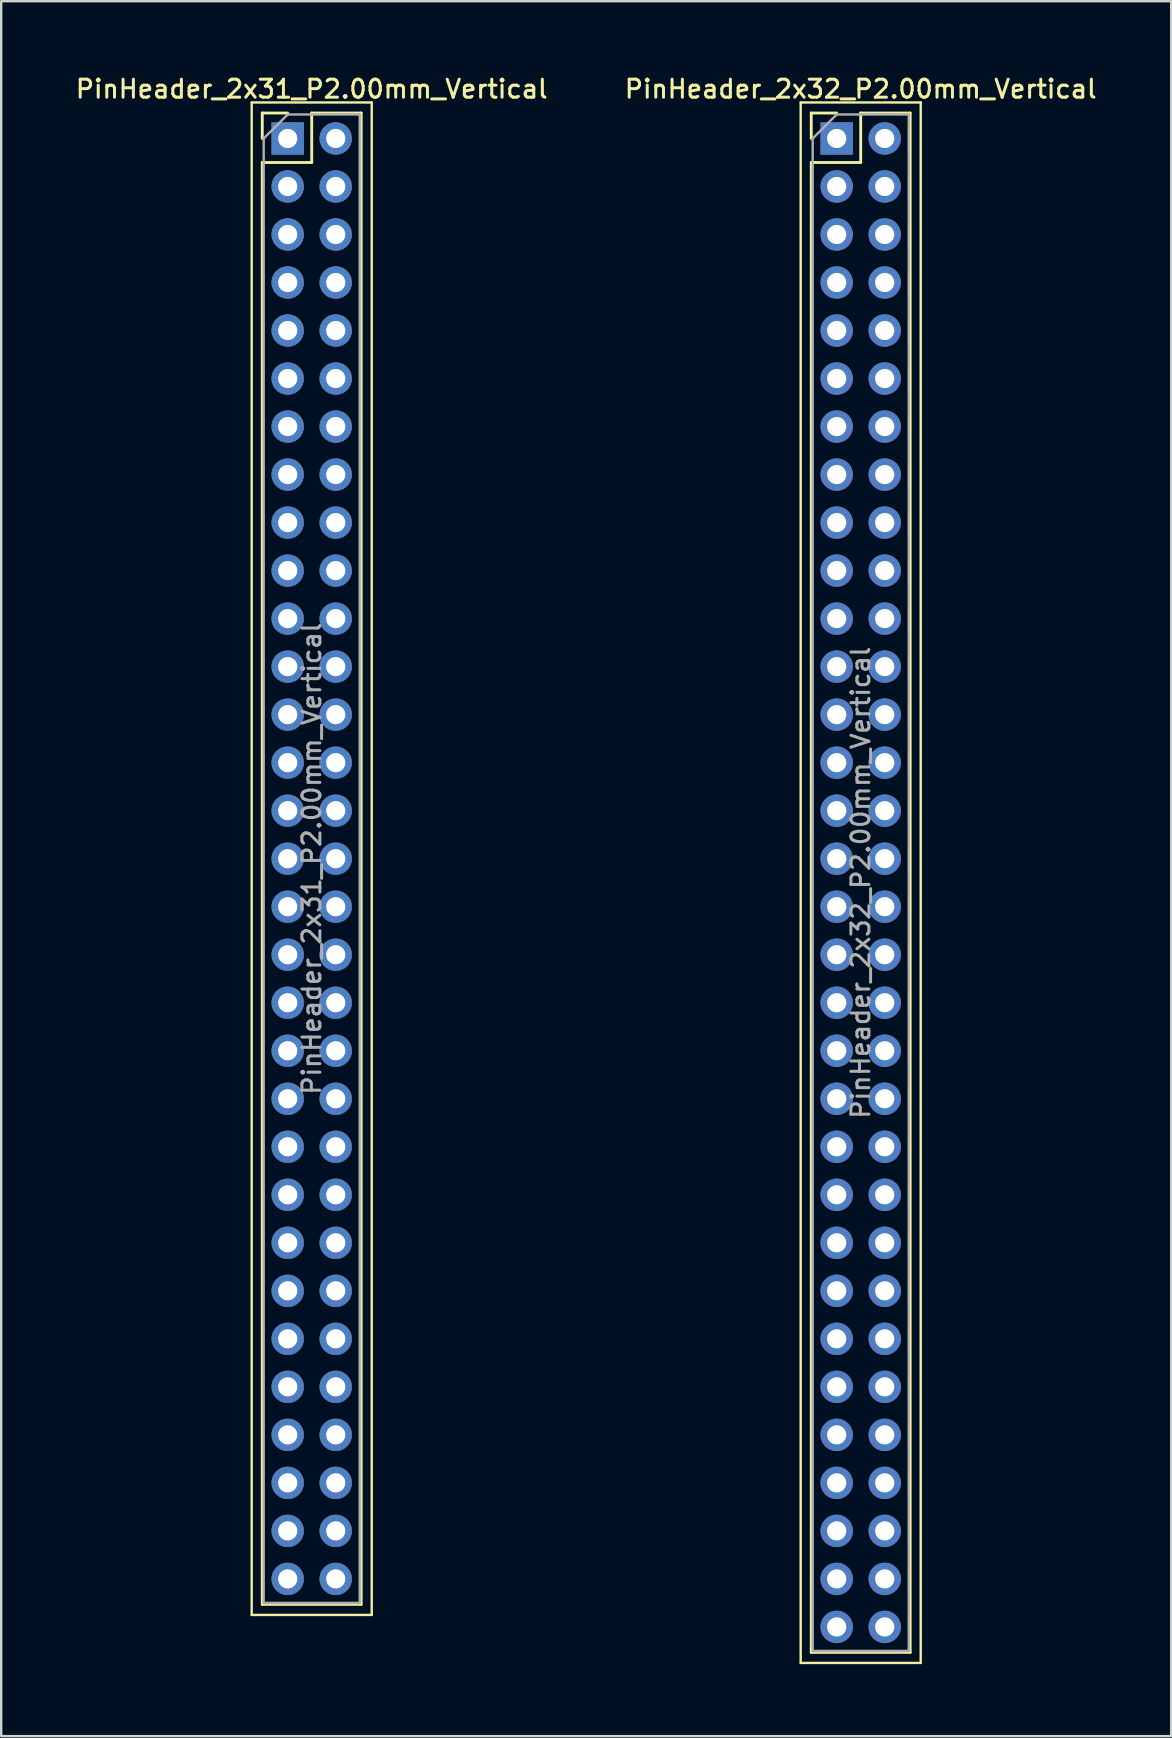
<source format=kicad_pcb>
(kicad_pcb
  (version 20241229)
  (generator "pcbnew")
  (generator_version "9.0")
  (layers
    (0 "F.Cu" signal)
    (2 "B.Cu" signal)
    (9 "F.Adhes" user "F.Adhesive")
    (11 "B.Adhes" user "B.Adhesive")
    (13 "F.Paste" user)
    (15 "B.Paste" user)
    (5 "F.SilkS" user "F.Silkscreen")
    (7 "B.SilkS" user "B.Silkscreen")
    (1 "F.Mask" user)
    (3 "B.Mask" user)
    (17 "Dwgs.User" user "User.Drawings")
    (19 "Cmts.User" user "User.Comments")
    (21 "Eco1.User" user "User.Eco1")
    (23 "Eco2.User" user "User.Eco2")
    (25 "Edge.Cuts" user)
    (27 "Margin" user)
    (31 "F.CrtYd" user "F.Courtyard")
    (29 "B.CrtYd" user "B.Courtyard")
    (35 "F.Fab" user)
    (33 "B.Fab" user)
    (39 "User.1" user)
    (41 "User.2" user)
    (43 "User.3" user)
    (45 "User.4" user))
  (footprint "PinHeader_2x32_P2.00mm_Vertical"
    (layer "F.Cu")
    (at 31.802 2.718)
    (property "Reference" "PinHeader_2x32_P2.00mm_Vertical" (at 1 -2.06 0) (layer "F.SilkS") (effects (font (size 0.75 0.75) (thickness 0.125))))
    (attr through_hole)
    (fp_line (start -1.5 -1.5) (end -1.5 63.5) (stroke (width 0.1) (type solid)) (layer "F.SilkS"))
    (fp_line (start -1.5 63.5) (end 3.5 63.5) (stroke (width 0.1) (type solid)) (layer "F.SilkS"))
    (fp_line (start -1.06 -1.06) (end 0 -1.06) (stroke (width 0.12) (type solid)) (layer "F.SilkS"))
    (fp_line (start -1.06 0) (end -1.06 -1.06) (stroke (width 0.12) (type solid)) (layer "F.SilkS"))
    (fp_line (start -1.06 1) (end -1.06 63.06) (stroke (width 0.12) (type solid)) (layer "F.SilkS"))
    (fp_line (start -1.06 1) (end 1 1) (stroke (width 0.12) (type solid)) (layer "F.SilkS"))
    (fp_line (start -1.06 63.06) (end 3.06 63.06) (stroke (width 0.12) (type solid)) (layer "F.SilkS"))
    (fp_line (start 1 -1.06) (end 3.06 -1.06) (stroke (width 0.12) (type solid)) (layer "F.SilkS"))
    (fp_line (start 1 1) (end 1 -1.06) (stroke (width 0.12) (type solid)) (layer "F.SilkS"))
    (fp_line (start 3.06 -1.06) (end 3.06 63.06) (stroke (width 0.12) (type solid)) (layer "F.SilkS"))
    (fp_line (start 3.5 -1.5) (end -1.5 -1.5) (stroke (width 0.1) (type solid)) (layer "F.SilkS"))
    (fp_line (start 3.5 63.5) (end 3.5 -1.5) (stroke (width 0.1) (type solid)) (layer "F.SilkS"))
    (fp_line (start -1 0) (end 0 -1) (stroke (width 0.1) (type solid)) (layer "F.Fab"))
    (fp_line (start -1 63) (end -1 0) (stroke (width 0.1) (type solid)) (layer "F.Fab"))
    (fp_line (start 0 -1) (end 3 -1) (stroke (width 0.1) (type solid)) (layer "F.Fab"))
    (fp_line (start 3 -1) (end 3 63) (stroke (width 0.1) (type solid)) (layer "F.Fab"))
    (fp_line (start 3 63) (end -1 63) (stroke (width 0.1) (type solid)) (layer "F.Fab"))
    (fp_text user "${REFERENCE}" (at 1 31 90) (layer "F.Fab") (effects (font (size 0.75 0.75) (thickness 0.125))))
    (pad "1" thru_hole rect (at 0 0) (size 1.35 1.35) (drill 0.8) (layers "*.Cu" "*.Mask"))
    (pad "2" thru_hole oval (at 2 0) (size 1.35 1.35) (drill 0.8) (layers "*.Cu" "*.Mask"))
    (pad "3" thru_hole oval (at 0 2) (size 1.35 1.35) (drill 0.8) (layers "*.Cu" "*.Mask"))
    (pad "4" thru_hole oval (at 2 2) (size 1.35 1.35) (drill 0.8) (layers "*.Cu" "*.Mask"))
    (pad "5" thru_hole oval (at 0 4) (size 1.35 1.35) (drill 0.8) (layers "*.Cu" "*.Mask"))
    (pad "6" thru_hole oval (at 2 4) (size 1.35 1.35) (drill 0.8) (layers "*.Cu" "*.Mask"))
    (pad "7" thru_hole oval (at 0 6) (size 1.35 1.35) (drill 0.8) (layers "*.Cu" "*.Mask"))
    (pad "8" thru_hole oval (at 2 6) (size 1.35 1.35) (drill 0.8) (layers "*.Cu" "*.Mask"))
    (pad "9" thru_hole oval (at 0 8) (size 1.35 1.35) (drill 0.8) (layers "*.Cu" "*.Mask"))
    (pad "10" thru_hole oval (at 2 8) (size 1.35 1.35) (drill 0.8) (layers "*.Cu" "*.Mask"))
    (pad "11" thru_hole oval (at 0 10) (size 1.35 1.35) (drill 0.8) (layers "*.Cu" "*.Mask"))
    (pad "12" thru_hole oval (at 2 10) (size 1.35 1.35) (drill 0.8) (layers "*.Cu" "*.Mask"))
    (pad "13" thru_hole oval (at 0 12) (size 1.35 1.35) (drill 0.8) (layers "*.Cu" "*.Mask"))
    (pad "14" thru_hole oval (at 2 12) (size 1.35 1.35) (drill 0.8) (layers "*.Cu" "*.Mask"))
    (pad "15" thru_hole oval (at 0 14) (size 1.35 1.35) (drill 0.8) (layers "*.Cu" "*.Mask"))
    (pad "16" thru_hole oval (at 2 14) (size 1.35 1.35) (drill 0.8) (layers "*.Cu" "*.Mask"))
    (pad "17" thru_hole oval (at 0 16) (size 1.35 1.35) (drill 0.8) (layers "*.Cu" "*.Mask"))
    (pad "18" thru_hole oval (at 2 16) (size 1.35 1.35) (drill 0.8) (layers "*.Cu" "*.Mask"))
    (pad "19" thru_hole oval (at 0 18) (size 1.35 1.35) (drill 0.8) (layers "*.Cu" "*.Mask"))
    (pad "20" thru_hole oval (at 2 18) (size 1.35 1.35) (drill 0.8) (layers "*.Cu" "*.Mask"))
    (pad "21" thru_hole oval (at 0 20) (size 1.35 1.35) (drill 0.8) (layers "*.Cu" "*.Mask"))
    (pad "22" thru_hole oval (at 2 20) (size 1.35 1.35) (drill 0.8) (layers "*.Cu" "*.Mask"))
    (pad "23" thru_hole oval (at 0 22) (size 1.35 1.35) (drill 0.8) (layers "*.Cu" "*.Mask"))
    (pad "24" thru_hole oval (at 2 22) (size 1.35 1.35) (drill 0.8) (layers "*.Cu" "*.Mask"))
    (pad "25" thru_hole oval (at 0 24) (size 1.35 1.35) (drill 0.8) (layers "*.Cu" "*.Mask"))
    (pad "26" thru_hole oval (at 2 24) (size 1.35 1.35) (drill 0.8) (layers "*.Cu" "*.Mask"))
    (pad "27" thru_hole oval (at 0 26) (size 1.35 1.35) (drill 0.8) (layers "*.Cu" "*.Mask"))
    (pad "28" thru_hole oval (at 2 26) (size 1.35 1.35) (drill 0.8) (layers "*.Cu" "*.Mask"))
    (pad "29" thru_hole oval (at 0 28) (size 1.35 1.35) (drill 0.8) (layers "*.Cu" "*.Mask"))
    (pad "30" thru_hole oval (at 2 28) (size 1.35 1.35) (drill 0.8) (layers "*.Cu" "*.Mask"))
    (pad "31" thru_hole oval (at 0 30) (size 1.35 1.35) (drill 0.8) (layers "*.Cu" "*.Mask"))
    (pad "32" thru_hole oval (at 2 30) (size 1.35 1.35) (drill 0.8) (layers "*.Cu" "*.Mask"))
    (pad "33" thru_hole oval (at 0 32) (size 1.35 1.35) (drill 0.8) (layers "*.Cu" "*.Mask"))
    (pad "34" thru_hole oval (at 2 32) (size 1.35 1.35) (drill 0.8) (layers "*.Cu" "*.Mask"))
    (pad "35" thru_hole oval (at 0 34) (size 1.35 1.35) (drill 0.8) (layers "*.Cu" "*.Mask"))
    (pad "36" thru_hole oval (at 2 34) (size 1.35 1.35) (drill 0.8) (layers "*.Cu" "*.Mask"))
    (pad "37" thru_hole oval (at 0 36) (size 1.35 1.35) (drill 0.8) (layers "*.Cu" "*.Mask"))
    (pad "38" thru_hole oval (at 2 36) (size 1.35 1.35) (drill 0.8) (layers "*.Cu" "*.Mask"))
    (pad "39" thru_hole oval (at 0 38) (size 1.35 1.35) (drill 0.8) (layers "*.Cu" "*.Mask"))
    (pad "40" thru_hole oval (at 2 38) (size 1.35 1.35) (drill 0.8) (layers "*.Cu" "*.Mask"))
    (pad "41" thru_hole oval (at 0 40) (size 1.35 1.35) (drill 0.8) (layers "*.Cu" "*.Mask"))
    (pad "42" thru_hole oval (at 2 40) (size 1.35 1.35) (drill 0.8) (layers "*.Cu" "*.Mask"))
    (pad "43" thru_hole oval (at 0 42) (size 1.35 1.35) (drill 0.8) (layers "*.Cu" "*.Mask"))
    (pad "44" thru_hole oval (at 2 42) (size 1.35 1.35) (drill 0.8) (layers "*.Cu" "*.Mask"))
    (pad "45" thru_hole oval (at 0 44) (size 1.35 1.35) (drill 0.8) (layers "*.Cu" "*.Mask"))
    (pad "46" thru_hole oval (at 2 44) (size 1.35 1.35) (drill 0.8) (layers "*.Cu" "*.Mask"))
    (pad "47" thru_hole oval (at 0 46) (size 1.35 1.35) (drill 0.8) (layers "*.Cu" "*.Mask"))
    (pad "48" thru_hole oval (at 2 46) (size 1.35 1.35) (drill 0.8) (layers "*.Cu" "*.Mask"))
    (pad "49" thru_hole oval (at 0 48) (size 1.35 1.35) (drill 0.8) (layers "*.Cu" "*.Mask"))
    (pad "50" thru_hole oval (at 2 48) (size 1.35 1.35) (drill 0.8) (layers "*.Cu" "*.Mask"))
    (pad "51" thru_hole oval (at 0 50) (size 1.35 1.35) (drill 0.8) (layers "*.Cu" "*.Mask"))
    (pad "52" thru_hole oval (at 2 50) (size 1.35 1.35) (drill 0.8) (layers "*.Cu" "*.Mask"))
    (pad "53" thru_hole oval (at 0 52) (size 1.35 1.35) (drill 0.8) (layers "*.Cu" "*.Mask"))
    (pad "54" thru_hole oval (at 2 52) (size 1.35 1.35) (drill 0.8) (layers "*.Cu" "*.Mask"))
    (pad "55" thru_hole oval (at 0 54) (size 1.35 1.35) (drill 0.8) (layers "*.Cu" "*.Mask"))
    (pad "56" thru_hole oval (at 2 54) (size 1.35 1.35) (drill 0.8) (layers "*.Cu" "*.Mask"))
    (pad "57" thru_hole oval (at 0 56) (size 1.35 1.35) (drill 0.8) (layers "*.Cu" "*.Mask"))
    (pad "58" thru_hole oval (at 2 56) (size 1.35 1.35) (drill 0.8) (layers "*.Cu" "*.Mask"))
    (pad "59" thru_hole oval (at 0 58) (size 1.35 1.35) (drill 0.8) (layers "*.Cu" "*.Mask"))
    (pad "60" thru_hole oval (at 2 58) (size 1.35 1.35) (drill 0.8) (layers "*.Cu" "*.Mask"))
    (pad "61" thru_hole oval (at 0 60) (size 1.35 1.35) (drill 0.8) (layers "*.Cu" "*.Mask"))
    (pad "62" thru_hole oval (at 2 60) (size 1.35 1.35) (drill 0.8) (layers "*.Cu" "*.Mask"))
    (pad "63" thru_hole oval (at 0 62) (size 1.35 1.35) (drill 0.8) (layers "*.Cu" "*.Mask"))
    (pad "64" thru_hole oval (at 2 62) (size 1.35 1.35) (drill 0.8) (layers "*.Cu" "*.Mask")))
  (footprint "PinHeader_2x31_P2.00mm_Vertical"
    (layer "F.Cu")
    (at 8.934 2.718)
    (property "Reference" "PinHeader_2x31_P2.00mm_Vertical" (at 1 -2.06 0) (layer "F.SilkS") (effects (font (size 0.75 0.75) (thickness 0.125))))
    (attr through_hole)
    (fp_line (start -1.5 -1.5) (end -1.5 61.5) (stroke (width 0.1) (type solid)) (layer "F.SilkS"))
    (fp_line (start -1.5 61.5) (end 3.5 61.5) (stroke (width 0.1) (type solid)) (layer "F.SilkS"))
    (fp_line (start -1.06 -1.06) (end 0 -1.06) (stroke (width 0.12) (type solid)) (layer "F.SilkS"))
    (fp_line (start -1.06 0) (end -1.06 -1.06) (stroke (width 0.12) (type solid)) (layer "F.SilkS"))
    (fp_line (start -1.06 1) (end -1.06 61.06) (stroke (width 0.12) (type solid)) (layer "F.SilkS"))
    (fp_line (start -1.06 1) (end 1 1) (stroke (width 0.12) (type solid)) (layer "F.SilkS"))
    (fp_line (start -1.06 61.06) (end 3.06 61.06) (stroke (width 0.12) (type solid)) (layer "F.SilkS"))
    (fp_line (start 1 -1.06) (end 3.06 -1.06) (stroke (width 0.12) (type solid)) (layer "F.SilkS"))
    (fp_line (start 1 1) (end 1 -1.06) (stroke (width 0.12) (type solid)) (layer "F.SilkS"))
    (fp_line (start 3.06 -1.06) (end 3.06 61.06) (stroke (width 0.12) (type solid)) (layer "F.SilkS"))
    (fp_line (start 3.5 -1.5) (end -1.5 -1.5) (stroke (width 0.1) (type solid)) (layer "F.SilkS"))
    (fp_line (start 3.5 61.5) (end 3.5 -1.5) (stroke (width 0.1) (type solid)) (layer "F.SilkS"))
    (fp_line (start -1 0) (end 0 -1) (stroke (width 0.1) (type solid)) (layer "F.Fab"))
    (fp_line (start -1 61) (end -1 0) (stroke (width 0.1) (type solid)) (layer "F.Fab"))
    (fp_line (start 0 -1) (end 3 -1) (stroke (width 0.1) (type solid)) (layer "F.Fab"))
    (fp_line (start 3 -1) (end 3 61) (stroke (width 0.1) (type solid)) (layer "F.Fab"))
    (fp_line (start 3 61) (end -1 61) (stroke (width 0.1) (type solid)) (layer "F.Fab"))
    (fp_text user "${REFERENCE}" (at 1 30 90) (layer "F.Fab") (effects (font (size 0.75 0.75) (thickness 0.125))))
    (pad "1" thru_hole rect (at 0 0) (size 1.35 1.35) (drill 0.8) (layers "*.Cu" "*.Mask"))
    (pad "2" thru_hole oval (at 2 0) (size 1.35 1.35) (drill 0.8) (layers "*.Cu" "*.Mask"))
    (pad "3" thru_hole oval (at 0 2) (size 1.35 1.35) (drill 0.8) (layers "*.Cu" "*.Mask"))
    (pad "4" thru_hole oval (at 2 2) (size 1.35 1.35) (drill 0.8) (layers "*.Cu" "*.Mask"))
    (pad "5" thru_hole oval (at 0 4) (size 1.35 1.35) (drill 0.8) (layers "*.Cu" "*.Mask"))
    (pad "6" thru_hole oval (at 2 4) (size 1.35 1.35) (drill 0.8) (layers "*.Cu" "*.Mask"))
    (pad "7" thru_hole oval (at 0 6) (size 1.35 1.35) (drill 0.8) (layers "*.Cu" "*.Mask"))
    (pad "8" thru_hole oval (at 2 6) (size 1.35 1.35) (drill 0.8) (layers "*.Cu" "*.Mask"))
    (pad "9" thru_hole oval (at 0 8) (size 1.35 1.35) (drill 0.8) (layers "*.Cu" "*.Mask"))
    (pad "10" thru_hole oval (at 2 8) (size 1.35 1.35) (drill 0.8) (layers "*.Cu" "*.Mask"))
    (pad "11" thru_hole oval (at 0 10) (size 1.35 1.35) (drill 0.8) (layers "*.Cu" "*.Mask"))
    (pad "12" thru_hole oval (at 2 10) (size 1.35 1.35) (drill 0.8) (layers "*.Cu" "*.Mask"))
    (pad "13" thru_hole oval (at 0 12) (size 1.35 1.35) (drill 0.8) (layers "*.Cu" "*.Mask"))
    (pad "14" thru_hole oval (at 2 12) (size 1.35 1.35) (drill 0.8) (layers "*.Cu" "*.Mask"))
    (pad "15" thru_hole oval (at 0 14) (size 1.35 1.35) (drill 0.8) (layers "*.Cu" "*.Mask"))
    (pad "16" thru_hole oval (at 2 14) (size 1.35 1.35) (drill 0.8) (layers "*.Cu" "*.Mask"))
    (pad "17" thru_hole oval (at 0 16) (size 1.35 1.35) (drill 0.8) (layers "*.Cu" "*.Mask"))
    (pad "18" thru_hole oval (at 2 16) (size 1.35 1.35) (drill 0.8) (layers "*.Cu" "*.Mask"))
    (pad "19" thru_hole oval (at 0 18) (size 1.35 1.35) (drill 0.8) (layers "*.Cu" "*.Mask"))
    (pad "20" thru_hole oval (at 2 18) (size 1.35 1.35) (drill 0.8) (layers "*.Cu" "*.Mask"))
    (pad "21" thru_hole oval (at 0 20) (size 1.35 1.35) (drill 0.8) (layers "*.Cu" "*.Mask"))
    (pad "22" thru_hole oval (at 2 20) (size 1.35 1.35) (drill 0.8) (layers "*.Cu" "*.Mask"))
    (pad "23" thru_hole oval (at 0 22) (size 1.35 1.35) (drill 0.8) (layers "*.Cu" "*.Mask"))
    (pad "24" thru_hole oval (at 2 22) (size 1.35 1.35) (drill 0.8) (layers "*.Cu" "*.Mask"))
    (pad "25" thru_hole oval (at 0 24) (size 1.35 1.35) (drill 0.8) (layers "*.Cu" "*.Mask"))
    (pad "26" thru_hole oval (at 2 24) (size 1.35 1.35) (drill 0.8) (layers "*.Cu" "*.Mask"))
    (pad "27" thru_hole oval (at 0 26) (size 1.35 1.35) (drill 0.8) (layers "*.Cu" "*.Mask"))
    (pad "28" thru_hole oval (at 2 26) (size 1.35 1.35) (drill 0.8) (layers "*.Cu" "*.Mask"))
    (pad "29" thru_hole oval (at 0 28) (size 1.35 1.35) (drill 0.8) (layers "*.Cu" "*.Mask"))
    (pad "30" thru_hole oval (at 2 28) (size 1.35 1.35) (drill 0.8) (layers "*.Cu" "*.Mask"))
    (pad "31" thru_hole oval (at 0 30) (size 1.35 1.35) (drill 0.8) (layers "*.Cu" "*.Mask"))
    (pad "32" thru_hole oval (at 2 30) (size 1.35 1.35) (drill 0.8) (layers "*.Cu" "*.Mask"))
    (pad "33" thru_hole oval (at 0 32) (size 1.35 1.35) (drill 0.8) (layers "*.Cu" "*.Mask"))
    (pad "34" thru_hole oval (at 2 32) (size 1.35 1.35) (drill 0.8) (layers "*.Cu" "*.Mask"))
    (pad "35" thru_hole oval (at 0 34) (size 1.35 1.35) (drill 0.8) (layers "*.Cu" "*.Mask"))
    (pad "36" thru_hole oval (at 2 34) (size 1.35 1.35) (drill 0.8) (layers "*.Cu" "*.Mask"))
    (pad "37" thru_hole oval (at 0 36) (size 1.35 1.35) (drill 0.8) (layers "*.Cu" "*.Mask"))
    (pad "38" thru_hole oval (at 2 36) (size 1.35 1.35) (drill 0.8) (layers "*.Cu" "*.Mask"))
    (pad "39" thru_hole oval (at 0 38) (size 1.35 1.35) (drill 0.8) (layers "*.Cu" "*.Mask"))
    (pad "40" thru_hole oval (at 2 38) (size 1.35 1.35) (drill 0.8) (layers "*.Cu" "*.Mask"))
    (pad "41" thru_hole oval (at 0 40) (size 1.35 1.35) (drill 0.8) (layers "*.Cu" "*.Mask"))
    (pad "42" thru_hole oval (at 2 40) (size 1.35 1.35) (drill 0.8) (layers "*.Cu" "*.Mask"))
    (pad "43" thru_hole oval (at 0 42) (size 1.35 1.35) (drill 0.8) (layers "*.Cu" "*.Mask"))
    (pad "44" thru_hole oval (at 2 42) (size 1.35 1.35) (drill 0.8) (layers "*.Cu" "*.Mask"))
    (pad "45" thru_hole oval (at 0 44) (size 1.35 1.35) (drill 0.8) (layers "*.Cu" "*.Mask"))
    (pad "46" thru_hole oval (at 2 44) (size 1.35 1.35) (drill 0.8) (layers "*.Cu" "*.Mask"))
    (pad "47" thru_hole oval (at 0 46) (size 1.35 1.35) (drill 0.8) (layers "*.Cu" "*.Mask"))
    (pad "48" thru_hole oval (at 2 46) (size 1.35 1.35) (drill 0.8) (layers "*.Cu" "*.Mask"))
    (pad "49" thru_hole oval (at 0 48) (size 1.35 1.35) (drill 0.8) (layers "*.Cu" "*.Mask"))
    (pad "50" thru_hole oval (at 2 48) (size 1.35 1.35) (drill 0.8) (layers "*.Cu" "*.Mask"))
    (pad "51" thru_hole oval (at 0 50) (size 1.35 1.35) (drill 0.8) (layers "*.Cu" "*.Mask"))
    (pad "52" thru_hole oval (at 2 50) (size 1.35 1.35) (drill 0.8) (layers "*.Cu" "*.Mask"))
    (pad "53" thru_hole oval (at 0 52) (size 1.35 1.35) (drill 0.8) (layers "*.Cu" "*.Mask"))
    (pad "54" thru_hole oval (at 2 52) (size 1.35 1.35) (drill 0.8) (layers "*.Cu" "*.Mask"))
    (pad "55" thru_hole oval (at 0 54) (size 1.35 1.35) (drill 0.8) (layers "*.Cu" "*.Mask"))
    (pad "56" thru_hole oval (at 2 54) (size 1.35 1.35) (drill 0.8) (layers "*.Cu" "*.Mask"))
    (pad "57" thru_hole oval (at 0 56) (size 1.35 1.35) (drill 0.8) (layers "*.Cu" "*.Mask"))
    (pad "58" thru_hole oval (at 2 56) (size 1.35 1.35) (drill 0.8) (layers "*.Cu" "*.Mask"))
    (pad "59" thru_hole oval (at 0 58) (size 1.35 1.35) (drill 0.8) (layers "*.Cu" "*.Mask"))
    (pad "60" thru_hole oval (at 2 58) (size 1.35 1.35) (drill 0.8) (layers "*.Cu" "*.Mask"))
    (pad "61" thru_hole oval (at 0 60) (size 1.35 1.35) (drill 0.8) (layers "*.Cu" "*.Mask"))
    (pad "62" thru_hole oval (at 2 60) (size 1.35 1.35) (drill 0.8) (layers "*.Cu" "*.Mask")))
  (gr_rect
    (start -3 -3)
    (end 45.736 69.268)
    (stroke (width 0.1) (type default))
    (fill no)
    (layer "Edge.Cuts")))
</source>
